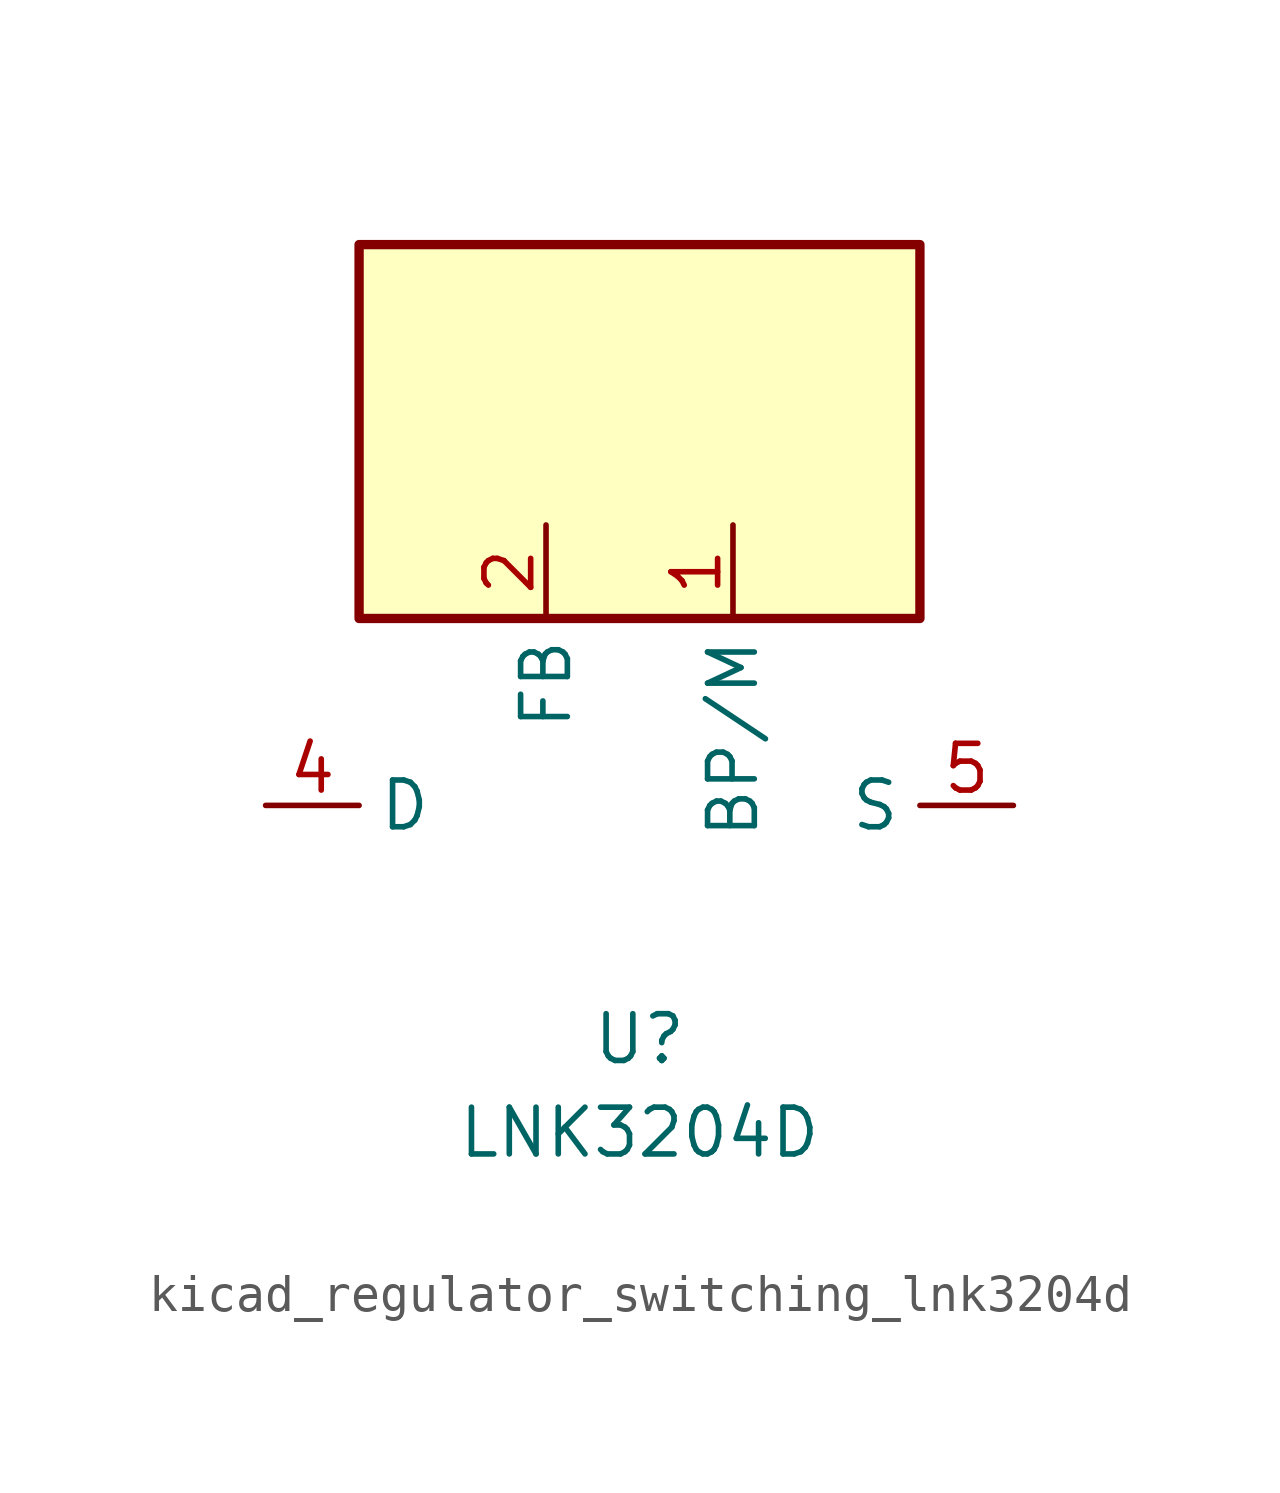
<source format=kicad_sym>
(kicad_symbol_lib
  (version 20220914)
  (generator kicad_symbol_editor)
  (symbol "kicad_regulator_switching_lnk3204d"
    (property "Reference" "U"
      (at 0 -6.35 0)
      (effects (font (size 1.27 1.27))))
    (property "Value" "LNK3204D"
      (at 0 -8.89 0)
      (effects (font (size 1.27 1.27))))
    (symbol "kicad_regulator_switching_lnk3204d_0_1"
      (rectangle (start 7.62 15.24) (end -7.62 5.08) (stroke (width 0.254) (type default)) (fill (type background))))
    (symbol "kicad_regulator_switching_lnk3204d_1_1"
      (pin input line (at 2.54 7.62 270) (length 2.54) (name "BP/M" (effects (font (size 1.27 1.27)))) (number "1" (effects (font (size 1.27 1.27)))))
      (pin input line (at -2.54 7.62 270) (length 2.54) (name "FB" (effects (font (size 1.27 1.27)))) (number "2" (effects (font (size 1.27 1.27)))))
      (pin open_collector line (at -10.16 0 0) (length 2.54) (name "D" (effects (font (size 1.27 1.27)))) (number "4" (effects (font (size 1.27 1.27)))))
      (pin power_in line (at 10.16 0 180) (length 2.54) (name "S" (effects (font (size 1.27 1.27)))) (number "5" (effects (font (size 1.27 1.27)))))
      (pin passive line (at 10.16 0 180) (length 2.54) hide (name "S" (effects (font (size 1.27 1.27)))) (number "6" (effects (font (size 1.27 1.27)))))
      (pin passive line (at 10.16 0 180) (length 2.54) hide (name "S" (effects (font (size 1.27 1.27)))) (number "7" (effects (font (size 1.27 1.27)))))
      (pin passive line (at 10.16 0 180) (length 2.54) hide (name "S" (effects (font (size 1.27 1.27)))) (number "8" (effects (font (size 1.27 1.27))))))))
</source>
